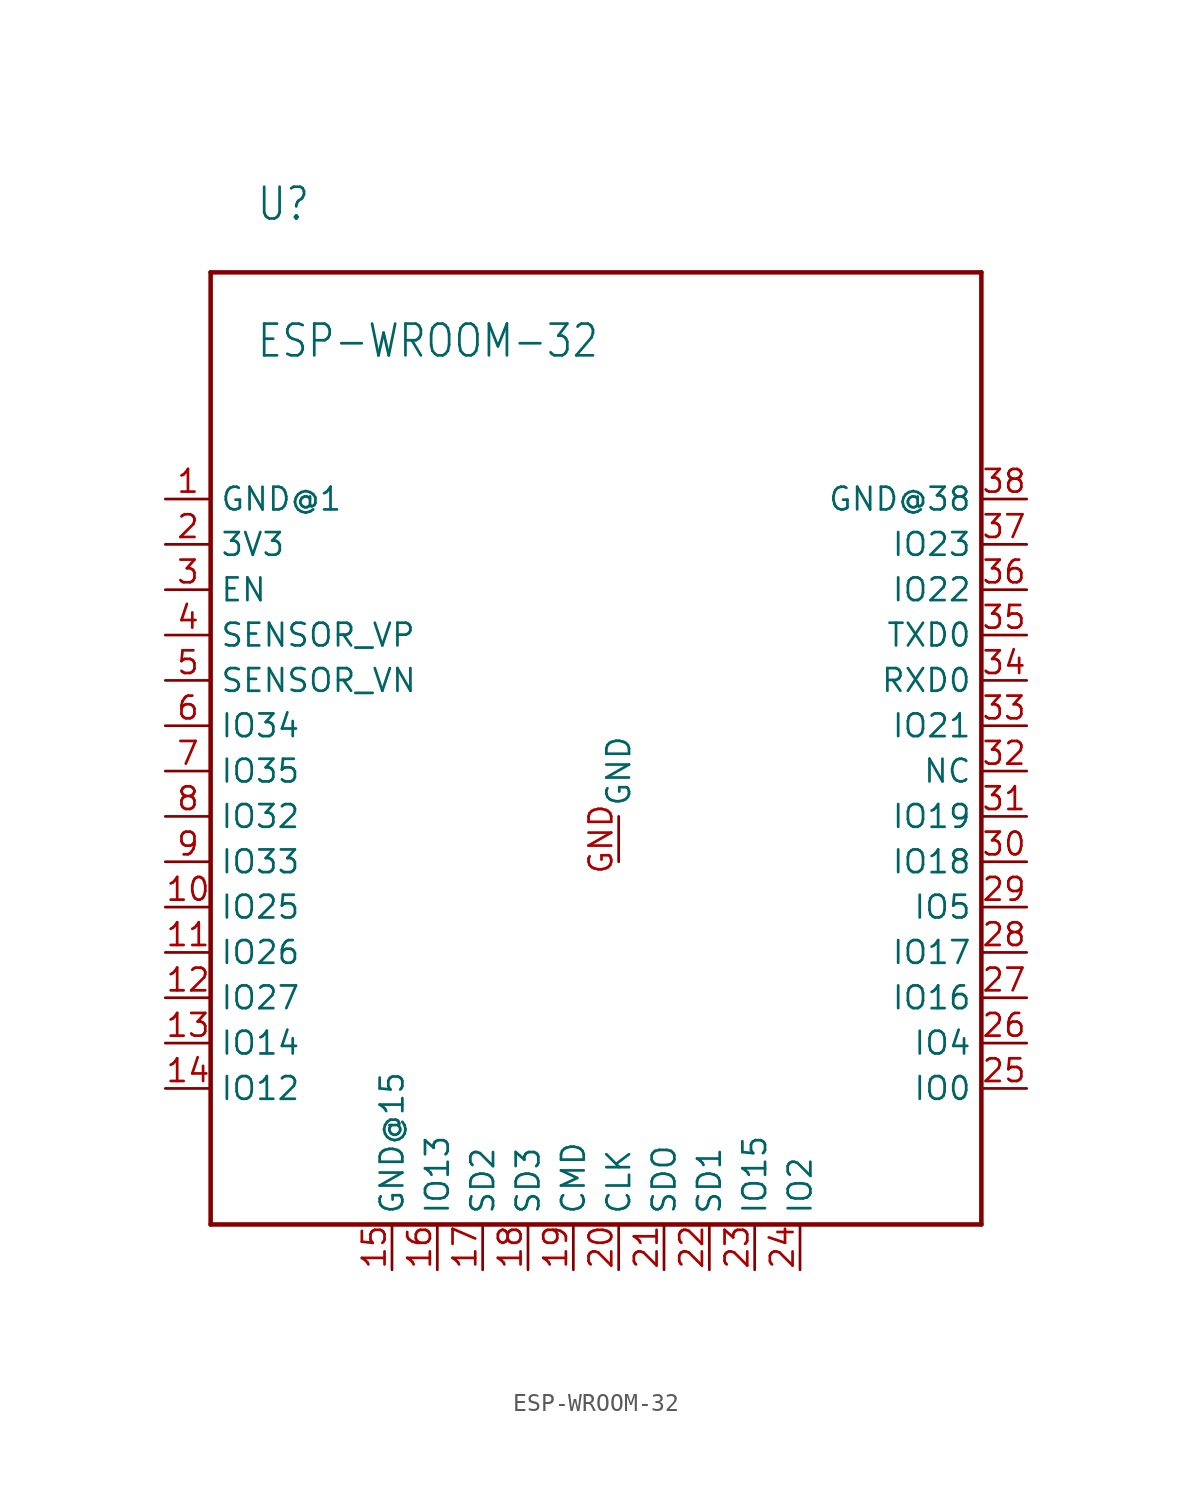
<source format=kicad_sym>
(kicad_symbol_lib
  (version 20211014)
  (generator kicad_symbol_editor)
  (symbol "ESP-WROOM-32"
    (property "Reference" "U"
      (at -12.7 18.034 0)
      (effects (font (size 1.778 1.511)) (justify left bottom)))
    (property "Value" "ESP-WROOM-32"
      (at -12.7 12.446 0)
      (effects (font (size 1.778 1.511)) (justify left top)))
    (property "ki_locked" ""
      (at 0 0 0)
      (effects (font (size 1.27 1.27))))
    (symbol "ESP-WROOM-32_1_0"
      (polyline (pts (xy -15.24 -38.1) (xy -15.24 15.24)) (stroke (width 0.254) (type default) (color 0 0 0 0)) (fill (type none)))
      (polyline (pts (xy -15.24 15.24) (xy 27.94 15.24)) (stroke (width 0.254) (type default) (color 0 0 0 0)) (fill (type none)))
      (polyline (pts (xy 27.94 -38.1) (xy -15.24 -38.1)) (stroke (width 0.254) (type default) (color 0 0 0 0)) (fill (type none)))
      (polyline (pts (xy 27.94 15.24) (xy 27.94 -38.1)) (stroke (width 0.254) (type default) (color 0 0 0 0)) (fill (type none)))
      (pin bidirectional line (at -17.78 2.54 0) (length 2.54) (name "GND@1" (effects (font (size 1.27 1.27)))) (number "1" (effects (font (size 1.27 1.27)))))
      (pin bidirectional line (at -17.78 -20.32 0) (length 2.54) (name "IO25" (effects (font (size 1.27 1.27)))) (number "10" (effects (font (size 1.27 1.27)))))
      (pin bidirectional line (at -17.78 -22.86 0) (length 2.54) (name "IO26" (effects (font (size 1.27 1.27)))) (number "11" (effects (font (size 1.27 1.27)))))
      (pin bidirectional line (at -17.78 -25.4 0) (length 2.54) (name "IO27" (effects (font (size 1.27 1.27)))) (number "12" (effects (font (size 1.27 1.27)))))
      (pin bidirectional line (at -17.78 -27.94 0) (length 2.54) (name "IO14" (effects (font (size 1.27 1.27)))) (number "13" (effects (font (size 1.27 1.27)))))
      (pin bidirectional line (at -17.78 -30.48 0) (length 2.54) (name "IO12" (effects (font (size 1.27 1.27)))) (number "14" (effects (font (size 1.27 1.27)))))
      (pin bidirectional line (at -5.08 -40.64 90) (length 2.54) (name "GND@15" (effects (font (size 1.27 1.27)))) (number "15" (effects (font (size 1.27 1.27)))))
      (pin bidirectional line (at -2.54 -40.64 90) (length 2.54) (name "IO13" (effects (font (size 1.27 1.27)))) (number "16" (effects (font (size 1.27 1.27)))))
      (pin bidirectional line (at 0 -40.64 90) (length 2.54) (name "SD2" (effects (font (size 1.27 1.27)))) (number "17" (effects (font (size 1.27 1.27)))))
      (pin bidirectional line (at 2.54 -40.64 90) (length 2.54) (name "SD3" (effects (font (size 1.27 1.27)))) (number "18" (effects (font (size 1.27 1.27)))))
      (pin bidirectional line (at 5.08 -40.64 90) (length 2.54) (name "CMD" (effects (font (size 1.27 1.27)))) (number "19" (effects (font (size 1.27 1.27)))))
      (pin bidirectional line (at -17.78 0 0) (length 2.54) (name "3V3" (effects (font (size 1.27 1.27)))) (number "2" (effects (font (size 1.27 1.27)))))
      (pin bidirectional line (at 7.62 -40.64 90) (length 2.54) (name "CLK" (effects (font (size 1.27 1.27)))) (number "20" (effects (font (size 1.27 1.27)))))
      (pin bidirectional line (at 10.16 -40.64 90) (length 2.54) (name "SDO" (effects (font (size 1.27 1.27)))) (number "21" (effects (font (size 1.27 1.27)))))
      (pin bidirectional line (at 12.7 -40.64 90) (length 2.54) (name "SD1" (effects (font (size 1.27 1.27)))) (number "22" (effects (font (size 1.27 1.27)))))
      (pin bidirectional line (at 15.24 -40.64 90) (length 2.54) (name "IO15" (effects (font (size 1.27 1.27)))) (number "23" (effects (font (size 1.27 1.27)))))
      (pin bidirectional line (at 17.78 -40.64 90) (length 2.54) (name "IO2" (effects (font (size 1.27 1.27)))) (number "24" (effects (font (size 1.27 1.27)))))
      (pin bidirectional line (at 30.48 -30.48 180) (length 2.54) (name "IO0" (effects (font (size 1.27 1.27)))) (number "25" (effects (font (size 1.27 1.27)))))
      (pin bidirectional line (at 30.48 -27.94 180) (length 2.54) (name "IO4" (effects (font (size 1.27 1.27)))) (number "26" (effects (font (size 1.27 1.27)))))
      (pin bidirectional line (at 30.48 -25.4 180) (length 2.54) (name "IO16" (effects (font (size 1.27 1.27)))) (number "27" (effects (font (size 1.27 1.27)))))
      (pin bidirectional line (at 30.48 -22.86 180) (length 2.54) (name "IO17" (effects (font (size 1.27 1.27)))) (number "28" (effects (font (size 1.27 1.27)))))
      (pin bidirectional line (at 30.48 -20.32 180) (length 2.54) (name "IO5" (effects (font (size 1.27 1.27)))) (number "29" (effects (font (size 1.27 1.27)))))
      (pin bidirectional line (at -17.78 -2.54 0) (length 2.54) (name "EN" (effects (font (size 1.27 1.27)))) (number "3" (effects (font (size 1.27 1.27)))))
      (pin bidirectional line (at 30.48 -17.78 180) (length 2.54) (name "IO18" (effects (font (size 1.27 1.27)))) (number "30" (effects (font (size 1.27 1.27)))))
      (pin bidirectional line (at 30.48 -15.24 180) (length 2.54) (name "IO19" (effects (font (size 1.27 1.27)))) (number "31" (effects (font (size 1.27 1.27)))))
      (pin bidirectional line (at 30.48 -12.7 180) (length 2.54) (name "NC" (effects (font (size 1.27 1.27)))) (number "32" (effects (font (size 1.27 1.27)))))
      (pin bidirectional line (at 30.48 -10.16 180) (length 2.54) (name "IO21" (effects (font (size 1.27 1.27)))) (number "33" (effects (font (size 1.27 1.27)))))
      (pin bidirectional line (at 30.48 -7.62 180) (length 2.54) (name "RXD0" (effects (font (size 1.27 1.27)))) (number "34" (effects (font (size 1.27 1.27)))))
      (pin bidirectional line (at 30.48 -5.08 180) (length 2.54) (name "TXD0" (effects (font (size 1.27 1.27)))) (number "35" (effects (font (size 1.27 1.27)))))
      (pin bidirectional line (at 30.48 -2.54 180) (length 2.54) (name "IO22" (effects (font (size 1.27 1.27)))) (number "36" (effects (font (size 1.27 1.27)))))
      (pin bidirectional line (at 30.48 0 180) (length 2.54) (name "IO23" (effects (font (size 1.27 1.27)))) (number "37" (effects (font (size 1.27 1.27)))))
      (pin bidirectional line (at 30.48 2.54 180) (length 2.54) (name "GND@38" (effects (font (size 1.27 1.27)))) (number "38" (effects (font (size 1.27 1.27)))))
      (pin bidirectional line (at -17.78 -5.08 0) (length 2.54) (name "SENSOR_VP" (effects (font (size 1.27 1.27)))) (number "4" (effects (font (size 1.27 1.27)))))
      (pin bidirectional line (at -17.78 -7.62 0) (length 2.54) (name "SENSOR_VN" (effects (font (size 1.27 1.27)))) (number "5" (effects (font (size 1.27 1.27)))))
      (pin bidirectional line (at -17.78 -10.16 0) (length 2.54) (name "IO34" (effects (font (size 1.27 1.27)))) (number "6" (effects (font (size 1.27 1.27)))))
      (pin bidirectional line (at -17.78 -12.7 0) (length 2.54) (name "IO35" (effects (font (size 1.27 1.27)))) (number "7" (effects (font (size 1.27 1.27)))))
      (pin bidirectional line (at -17.78 -15.24 0) (length 2.54) (name "IO32" (effects (font (size 1.27 1.27)))) (number "8" (effects (font (size 1.27 1.27)))))
      (pin bidirectional line (at -17.78 -17.78 0) (length 2.54) (name "IO33" (effects (font (size 1.27 1.27)))) (number "9" (effects (font (size 1.27 1.27)))))
      (pin bidirectional line (at 7.62 -17.78 90) (length 2.54) (name "GND" (effects (font (size 1.27 1.27)))) (number "GND" (effects (font (size 1.27 1.27))))))))
</source>
